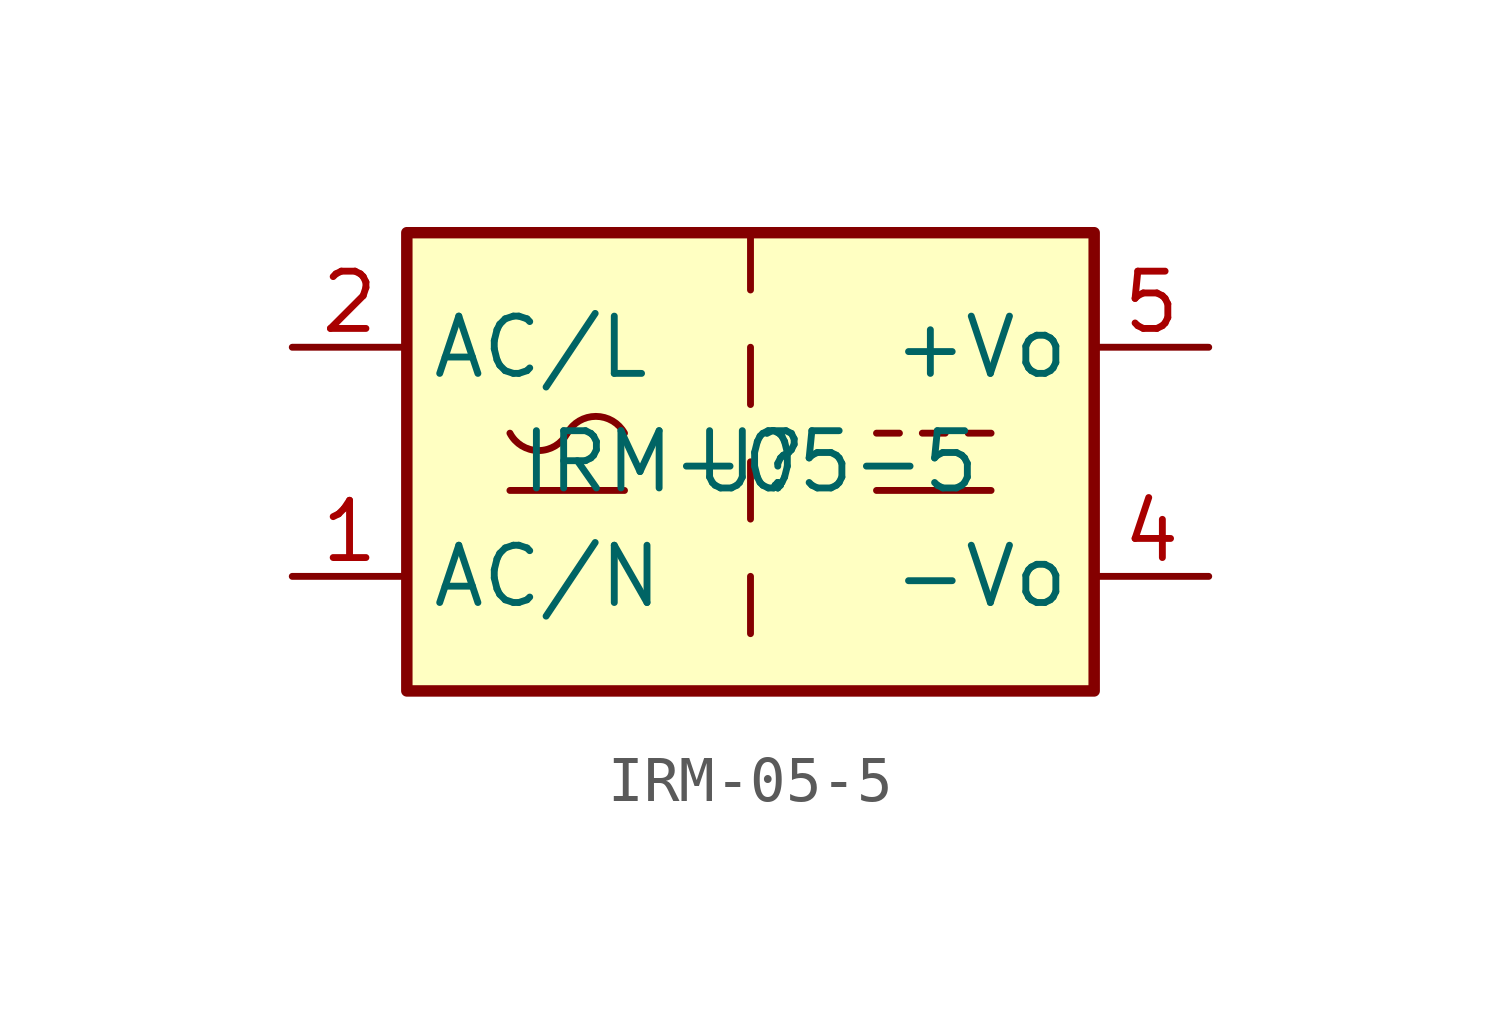
<source format=kicad_sym>
(kicad_symbol_lib
  (version 20231120)
  (generator "kicad_symbol_editor")
  (generator_version "8.0")
  (symbol "IRM-05-5"
    (property "Reference" "U"
      (at 0 0 0)
      (effects (font (size 1.27 1.27))))
    (property "Value" "IRM-05-5"
      (at 0 0 0)
      (effects (font (size 1.27 1.27))))
    (symbol "IRM-05-5_0_1"
      (rectangle (start -7.62 5.08) (end 7.62 -5.08) (stroke (width 0.254) (type default)) (fill (type background)))
      (arc (start -5.334 0.635) (mid -4.699 0.2495) (end -4.064 0.635) (stroke (width 0) (type default)) (fill (type none)))
      (arc (start -2.794 0.635) (mid -3.429 1.0072) (end -4.064 0.635) (stroke (width 0) (type default)) (fill (type none)))
      (polyline (pts (xy -5.334 -0.635) (xy -2.794 -0.635)) (stroke (width 0) (type default)) (fill (type none)))
      (polyline (pts (xy 0 -2.54) (xy 0 -3.81)) (stroke (width 0) (type default)) (fill (type none)))
      (polyline (pts (xy 0 0) (xy 0 -1.27)) (stroke (width 0) (type default)) (fill (type none)))
      (polyline (pts (xy 0 2.54) (xy 0 1.27)) (stroke (width 0) (type default)) (fill (type none)))
      (polyline (pts (xy 0 5.08) (xy 0 3.81)) (stroke (width 0) (type default)) (fill (type none)))
      (polyline (pts (xy 2.794 -0.635) (xy 5.334 -0.635)) (stroke (width 0) (type default)) (fill (type none)))
      (polyline (pts (xy 2.794 0.635) (xy 3.302 0.635)) (stroke (width 0) (type default)) (fill (type none)))
      (polyline (pts (xy 3.81 0.635) (xy 4.318 0.635)) (stroke (width 0) (type default)) (fill (type none)))
      (polyline (pts (xy 4.826 0.635) (xy 5.334 0.635)) (stroke (width 0) (type default)) (fill (type none))))
    (symbol "IRM-05-5_1_1"
      (pin power_in line (at -10.16 -2.54 0) (length 2.54) (name "AC/N" (effects (font (size 1.27 1.27)))) (number "1" (effects (font (size 1.27 1.27)))))
      (pin power_in line (at -10.16 2.54 0) (length 2.54) (name "AC/L" (effects (font (size 1.27 1.27)))) (number "2" (effects (font (size 1.27 1.27)))))
      (pin no_connect line (at 7.62 0 180) (length 2.54) hide (name "NC" (effects (font (size 1.27 1.27)))) (number "3" (effects (font (size 1.27 1.27)))))
      (pin power_out line (at 10.16 -2.54 180) (length 2.54) (name "-Vo" (effects (font (size 1.27 1.27)))) (number "4" (effects (font (size 1.27 1.27)))))
      (pin power_out line (at 10.16 2.54 180) (length 2.54) (name "+Vo" (effects (font (size 1.27 1.27)))) (number "5" (effects (font (size 1.27 1.27))))))))
</source>
